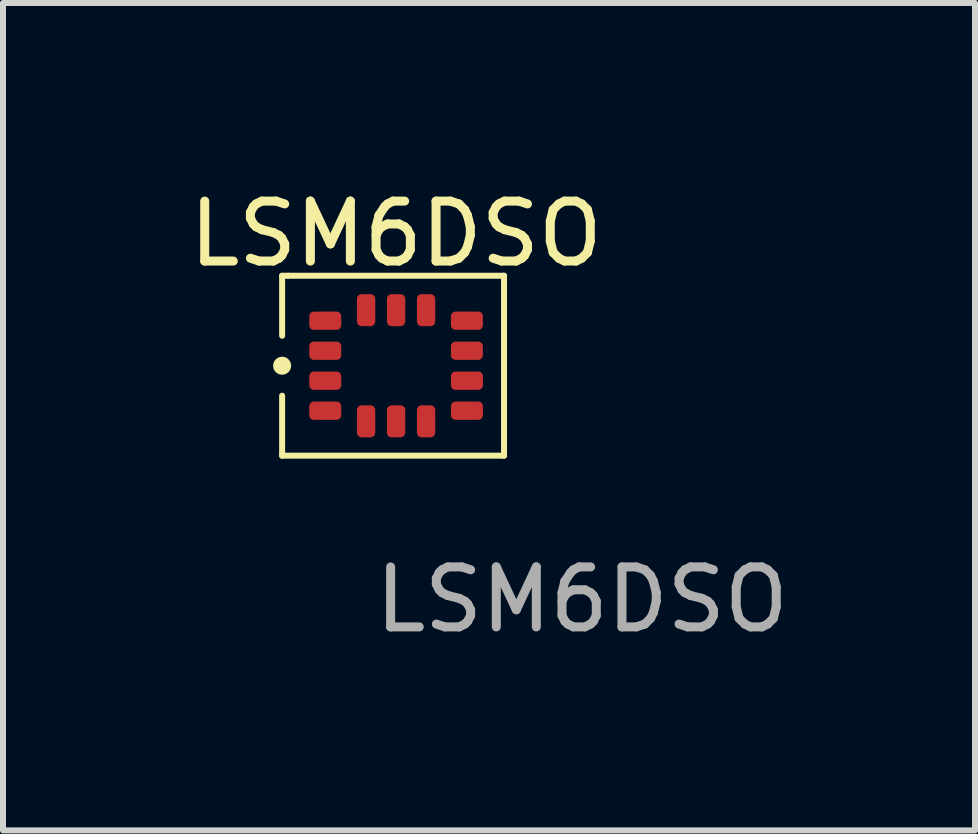
<source format=kicad_pcb>
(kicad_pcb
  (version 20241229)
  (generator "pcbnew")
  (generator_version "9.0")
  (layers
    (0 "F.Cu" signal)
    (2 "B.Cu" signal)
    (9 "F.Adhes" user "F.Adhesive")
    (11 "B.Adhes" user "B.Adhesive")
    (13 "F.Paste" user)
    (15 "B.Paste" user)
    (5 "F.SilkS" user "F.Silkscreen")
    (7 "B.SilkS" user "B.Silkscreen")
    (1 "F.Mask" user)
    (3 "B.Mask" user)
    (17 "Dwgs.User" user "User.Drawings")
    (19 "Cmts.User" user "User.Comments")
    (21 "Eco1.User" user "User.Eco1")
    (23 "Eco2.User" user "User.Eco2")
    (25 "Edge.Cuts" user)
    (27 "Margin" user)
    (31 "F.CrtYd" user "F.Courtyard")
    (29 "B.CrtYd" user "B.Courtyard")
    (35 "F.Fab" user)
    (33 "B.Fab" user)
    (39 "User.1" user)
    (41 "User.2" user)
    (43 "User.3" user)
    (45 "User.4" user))
  (footprint "LSM6DSO"
    (layer "F.Cu")
    (at 3.554 3.048)
    (property "Reference" "LSM6DSO" (at 0 -2.2 0) (unlocked yes) (layer "F.SilkS") (effects (font (size 1 1) (thickness 0.15))))
    (attr smd)
    (fp_line (start -1.9 -1.5) (end -1.9 -0.5) (stroke (width 0.1) (type default)) (layer "F.SilkS"))
    (fp_line (start -1.9 1.5) (end -1.9 0.5) (stroke (width 0.1) (type default)) (layer "F.SilkS"))
    (fp_line (start -1.8 -1.5) (end -1.9 -1.5) (stroke (width 0.1) (type default)) (layer "F.SilkS"))
    (fp_line (start -1.8 -1.5) (end 1.8 -1.5) (stroke (width 0.1) (type default)) (layer "F.SilkS"))
    (fp_line (start 1.8 -1.5) (end 1.8 1.5) (stroke (width 0.1) (type default)) (layer "F.SilkS"))
    (fp_line (start 1.8 1.5) (end -1.9 1.5) (stroke (width 0.1) (type default)) (layer "F.SilkS"))
    (fp_circle (center -1.9 0) (end -1.8 0) (stroke (width 0.1) (type solid)) (fill yes) (layer "F.SilkS"))
    (fp_text user "${REFERENCE}" (at 3.1 3.9 0) (unlocked yes) (layer "F.Fab") (effects (font (size 1 1) (thickness 0.15))))
    (pad "1" smd roundrect (at -1.181 -0.75 90) (size 0.305 0.533) (layers "F.Cu" "F.Mask" "F.Paste") (roundrect_rratio 0.25))
    (pad "2" smd roundrect (at -1.181 -0.25 90) (size 0.305 0.533) (layers "F.Cu" "F.Mask" "F.Paste") (roundrect_rratio 0.25))
    (pad "3" smd roundrect (at -1.181 0.25 90) (size 0.305 0.533) (layers "F.Cu" "F.Mask" "F.Paste") (roundrect_rratio 0.25))
    (pad "4" smd roundrect (at -1.181 0.75 90) (size 0.305 0.533) (layers "F.Cu" "F.Mask" "F.Paste") (roundrect_rratio 0.25))
    (pad "5" smd roundrect (at -0.5 0.927) (size 0.305 0.533) (layers "F.Cu" "F.Mask" "F.Paste") (roundrect_rratio 0.25))
    (pad "6" smd roundrect (at 0 0.927) (size 0.305 0.533) (layers "F.Cu" "F.Mask" "F.Paste") (roundrect_rratio 0.25))
    (pad "7" smd roundrect (at 0.5 0.927) (size 0.305 0.533) (layers "F.Cu" "F.Mask" "F.Paste") (roundrect_rratio 0.25))
    (pad "8" smd roundrect (at 1.181 0.75 90) (size 0.305 0.533) (layers "F.Cu" "F.Mask" "F.Paste") (roundrect_rratio 0.25))
    (pad "9" smd roundrect (at 1.181 0.25 90) (size 0.305 0.533) (layers "F.Cu" "F.Mask" "F.Paste") (roundrect_rratio 0.25))
    (pad "10" smd roundrect (at 1.181 -0.25 90) (size 0.305 0.533) (layers "F.Cu" "F.Mask" "F.Paste") (roundrect_rratio 0.25))
    (pad "11" smd roundrect (at 1.181 -0.75 90) (size 0.305 0.533) (layers "F.Cu" "F.Mask" "F.Paste") (roundrect_rratio 0.25))
    (pad "12" smd roundrect (at 0.5 -0.927) (size 0.305 0.533) (layers "F.Cu" "F.Mask" "F.Paste") (roundrect_rratio 0.25))
    (pad "13" smd roundrect (at 0 -0.927) (size 0.305 0.533) (layers "F.Cu" "F.Mask" "F.Paste") (roundrect_rratio 0.25))
    (pad "14" smd roundrect (at -0.5 -0.927) (size 0.305 0.533) (layers "F.Cu" "F.Mask" "F.Paste") (roundrect_rratio 0.25)))
  (gr_rect
    (start -3 -3)
    (end 13.207 10.796)
    (stroke (width 0.1) (type default))
    (fill no)
    (layer "Edge.Cuts")))
</source>
